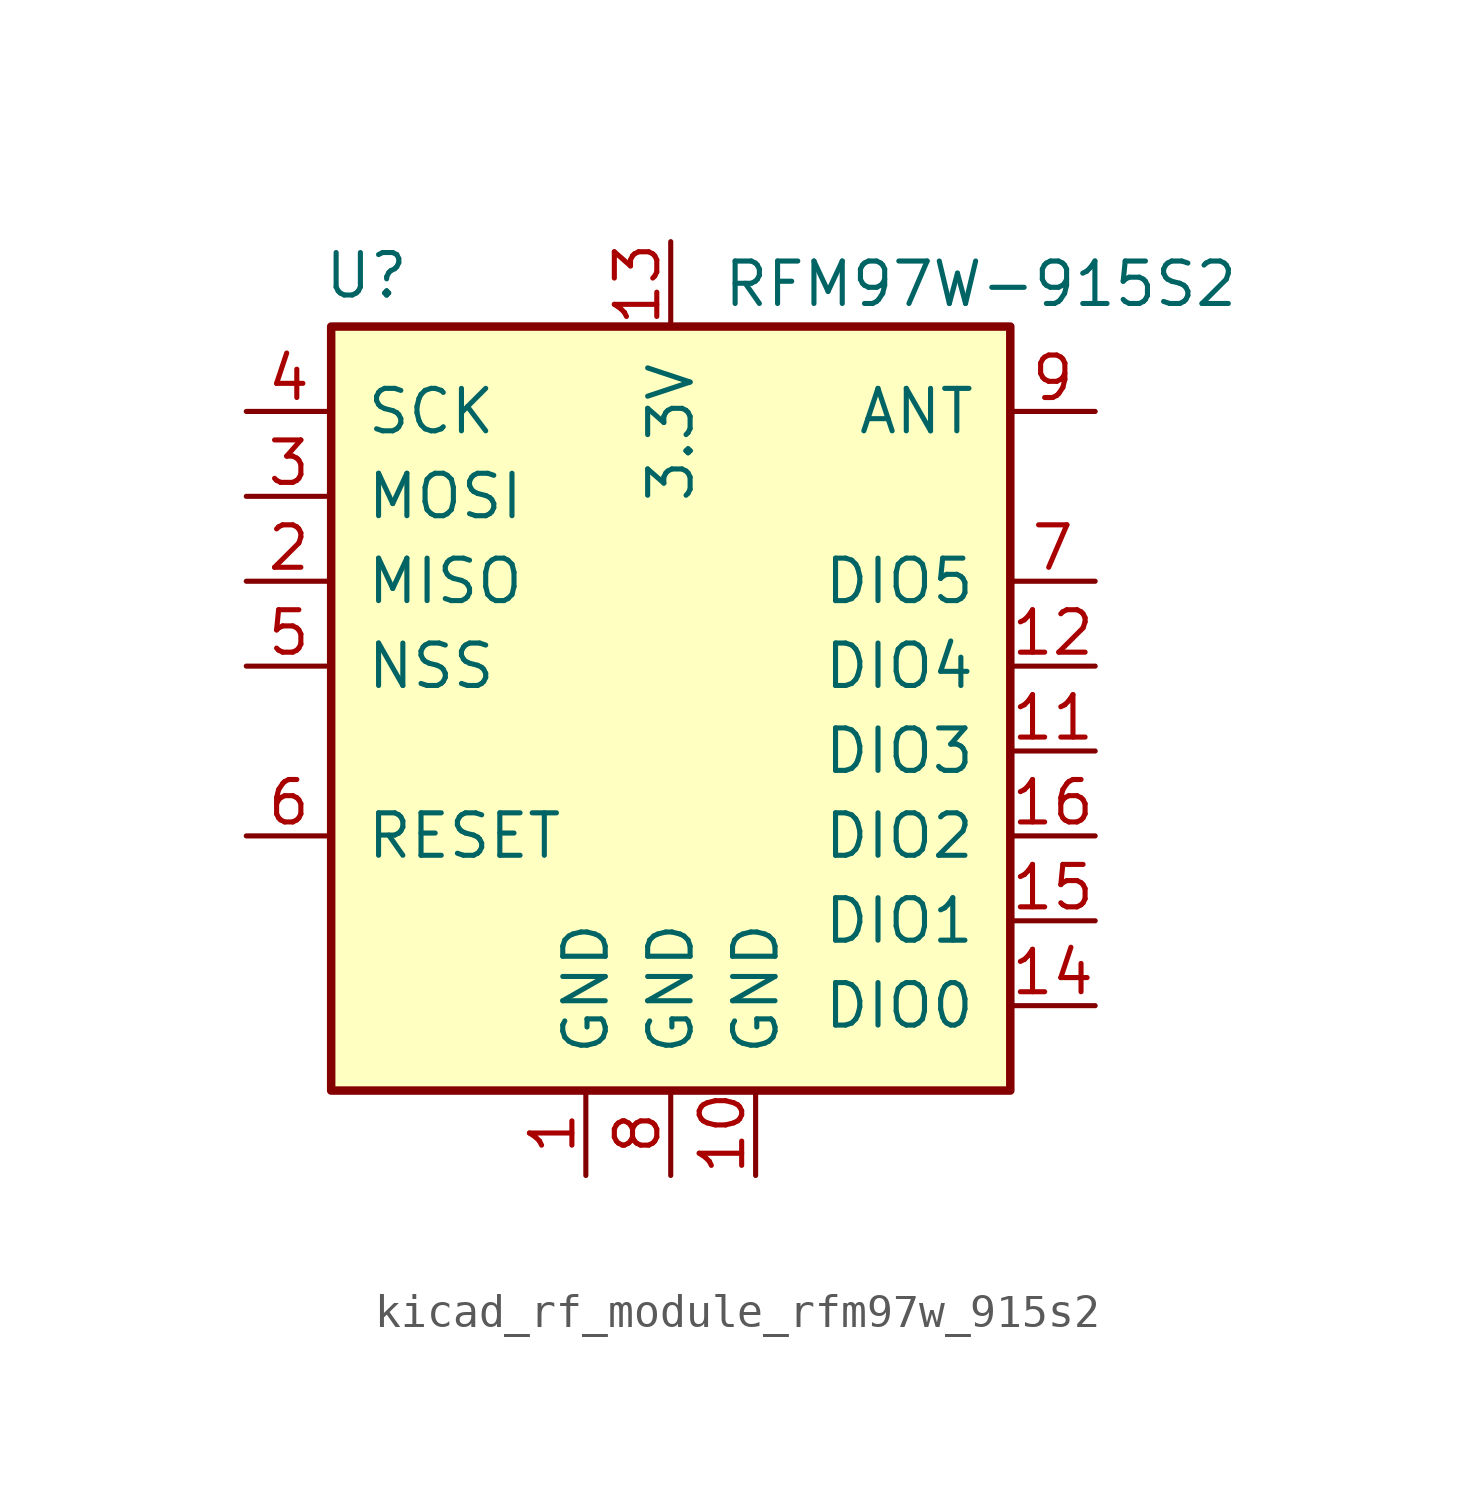
<source format=kicad_sym>
(kicad_symbol_lib
  (version 20220914)
  (generator kicad_symbol_editor)
  (symbol "kicad_rf_module_rfm97w_915s2"
    (pin_names
      (offset 1.016))
    (property "Reference" "U"
      (at -10.414 11.684 0)
      (effects (font (size 1.27 1.27)) (justify left)))
    (property "Value" "RFM97W-915S2"
      (at 1.524 11.43 0)
      (effects (font (size 1.27 1.27)) (justify left)))
    (symbol "kicad_rf_module_rfm97w_915s2_0_1"
      (rectangle (start -10.16 10.16) (end 10.16 -12.7) (stroke (width 0.254) (type default)) (fill (type background))))
    (symbol "kicad_rf_module_rfm97w_915s2_1_1"
      (pin power_in line (at -2.54 -15.24 90) (length 2.54) (name "GND" (effects (font (size 1.27 1.27)))) (number "1" (effects (font (size 1.27 1.27)))))
      (pin power_in line (at 2.54 -15.24 90) (length 2.54) (name "GND" (effects (font (size 1.27 1.27)))) (number "10" (effects (font (size 1.27 1.27)))))
      (pin bidirectional line (at 12.7 -2.54 180) (length 2.54) (name "DIO3" (effects (font (size 1.27 1.27)))) (number "11" (effects (font (size 1.27 1.27)))))
      (pin bidirectional line (at 12.7 0 180) (length 2.54) (name "DIO4" (effects (font (size 1.27 1.27)))) (number "12" (effects (font (size 1.27 1.27)))))
      (pin power_in line (at 0 12.7 270) (length 2.54) (name "3.3V" (effects (font (size 1.27 1.27)))) (number "13" (effects (font (size 1.27 1.27)))))
      (pin bidirectional line (at 12.7 -10.16 180) (length 2.54) (name "DIO0" (effects (font (size 1.27 1.27)))) (number "14" (effects (font (size 1.27 1.27)))))
      (pin bidirectional line (at 12.7 -7.62 180) (length 2.54) (name "DIO1" (effects (font (size 1.27 1.27)))) (number "15" (effects (font (size 1.27 1.27)))))
      (pin bidirectional line (at 12.7 -5.08 180) (length 2.54) (name "DIO2" (effects (font (size 1.27 1.27)))) (number "16" (effects (font (size 1.27 1.27)))))
      (pin output line (at -12.7 2.54 0) (length 2.54) (name "MISO" (effects (font (size 1.27 1.27)))) (number "2" (effects (font (size 1.27 1.27)))))
      (pin input line (at -12.7 5.08 0) (length 2.54) (name "MOSI" (effects (font (size 1.27 1.27)))) (number "3" (effects (font (size 1.27 1.27)))))
      (pin input line (at -12.7 7.62 0) (length 2.54) (name "SCK" (effects (font (size 1.27 1.27)))) (number "4" (effects (font (size 1.27 1.27)))))
      (pin input line (at -12.7 0 0) (length 2.54) (name "NSS" (effects (font (size 1.27 1.27)))) (number "5" (effects (font (size 1.27 1.27)))))
      (pin bidirectional line (at -12.7 -5.08 0) (length 2.54) (name "RESET" (effects (font (size 1.27 1.27)))) (number "6" (effects (font (size 1.27 1.27)))))
      (pin bidirectional line (at 12.7 2.54 180) (length 2.54) (name "DIO5" (effects (font (size 1.27 1.27)))) (number "7" (effects (font (size 1.27 1.27)))))
      (pin power_in line (at 0 -15.24 90) (length 2.54) (name "GND" (effects (font (size 1.27 1.27)))) (number "8" (effects (font (size 1.27 1.27)))))
      (pin bidirectional line (at 12.7 7.62 180) (length 2.54) (name "ANT" (effects (font (size 1.27 1.27)))) (number "9" (effects (font (size 1.27 1.27))))))))
</source>
